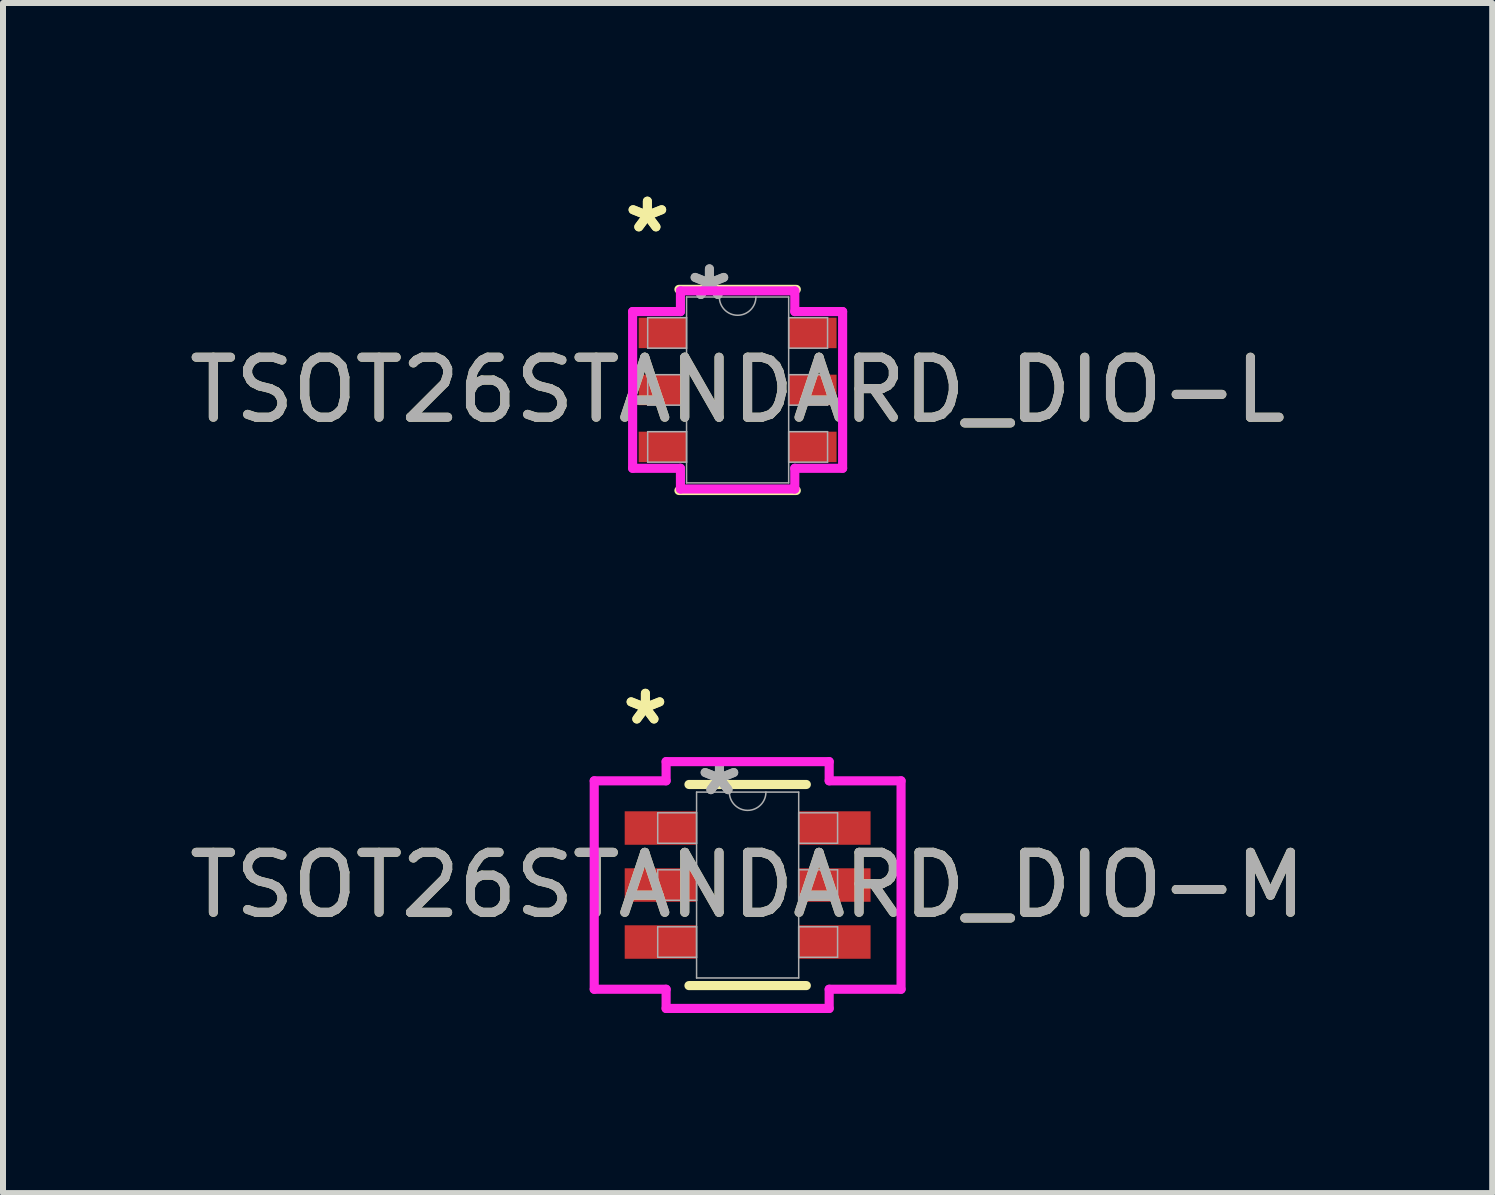
<source format=kicad_pcb>
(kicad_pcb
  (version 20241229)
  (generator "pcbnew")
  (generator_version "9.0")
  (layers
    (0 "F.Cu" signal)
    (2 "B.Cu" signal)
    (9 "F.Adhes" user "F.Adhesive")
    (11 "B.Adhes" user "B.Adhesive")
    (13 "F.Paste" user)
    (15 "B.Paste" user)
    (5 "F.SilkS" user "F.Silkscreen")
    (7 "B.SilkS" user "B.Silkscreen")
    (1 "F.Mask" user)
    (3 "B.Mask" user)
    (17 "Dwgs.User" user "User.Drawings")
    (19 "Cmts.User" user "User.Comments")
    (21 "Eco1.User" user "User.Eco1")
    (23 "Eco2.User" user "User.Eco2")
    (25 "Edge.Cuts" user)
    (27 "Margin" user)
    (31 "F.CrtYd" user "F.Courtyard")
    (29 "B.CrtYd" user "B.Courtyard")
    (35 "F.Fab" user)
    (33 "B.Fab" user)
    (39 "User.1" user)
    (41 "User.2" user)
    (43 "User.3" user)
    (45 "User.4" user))
  (footprint "TSOT26STANDARD_DIO-L"
    (layer "F.Cu")
    (at 9.244 3.449)
    (property "Reference" "TSOT26STANDARD_DIO-L" (at 0 0 0) (unlocked yes) (layer "F.SilkS") (effects (font (size 1 1) (thickness 0.15))))
    (attr smd)
    (fp_line (start -0.978 1.676) (end 0.978 1.676) (stroke (width 0.152) (type solid)) (layer "F.SilkS"))
    (fp_line (start 0.978 -1.676) (end -0.978 -1.676) (stroke (width 0.152) (type solid)) (layer "F.SilkS"))
    (fp_line (start -1.75 -1.306) (end -0.953 -1.306) (stroke (width 0.152) (type solid)) (layer "F.CrtYd"))
    (fp_line (start -1.75 1.306) (end -1.75 -1.306) (stroke (width 0.152) (type solid)) (layer "F.CrtYd"))
    (fp_line (start -1.75 1.306) (end -0.953 1.306) (stroke (width 0.152) (type solid)) (layer "F.CrtYd"))
    (fp_line (start -0.953 -1.651) (end 0.953 -1.651) (stroke (width 0.152) (type solid)) (layer "F.CrtYd"))
    (fp_line (start -0.953 -1.306) (end -0.953 -1.651) (stroke (width 0.152) (type solid)) (layer "F.CrtYd"))
    (fp_line (start -0.953 1.651) (end -0.953 1.306) (stroke (width 0.152) (type solid)) (layer "F.CrtYd"))
    (fp_line (start 0.953 -1.651) (end 0.953 -1.306) (stroke (width 0.152) (type solid)) (layer "F.CrtYd"))
    (fp_line (start 0.953 1.306) (end 0.953 1.651) (stroke (width 0.152) (type solid)) (layer "F.CrtYd"))
    (fp_line (start 0.953 1.651) (end -0.953 1.651) (stroke (width 0.152) (type solid)) (layer "F.CrtYd"))
    (fp_line (start 1.75 -1.306) (end 0.953 -1.306) (stroke (width 0.152) (type solid)) (layer "F.CrtYd"))
    (fp_line (start 1.75 -1.306) (end 1.75 1.306) (stroke (width 0.152) (type solid)) (layer "F.CrtYd"))
    (fp_line (start 1.75 1.306) (end 0.953 1.306) (stroke (width 0.152) (type solid)) (layer "F.CrtYd"))
    (fp_line (start -1.499 -1.204) (end -1.499 -0.696) (stroke (width 0.025) (type solid)) (layer "F.Fab"))
    (fp_line (start -1.499 -0.696) (end -0.851 -0.696) (stroke (width 0.025) (type solid)) (layer "F.Fab"))
    (fp_line (start -1.499 -0.254) (end -1.499 0.254) (stroke (width 0.025) (type solid)) (layer "F.Fab"))
    (fp_line (start -1.499 0.254) (end -0.851 0.254) (stroke (width 0.025) (type solid)) (layer "F.Fab"))
    (fp_line (start -1.499 0.696) (end -1.499 1.204) (stroke (width 0.025) (type solid)) (layer "F.Fab"))
    (fp_line (start -1.499 1.204) (end -0.851 1.204) (stroke (width 0.025) (type solid)) (layer "F.Fab"))
    (fp_line (start -0.851 -1.549) (end -0.851 1.549) (stroke (width 0.025) (type solid)) (layer "F.Fab"))
    (fp_line (start -0.851 -1.204) (end -1.499 -1.204) (stroke (width 0.025) (type solid)) (layer "F.Fab"))
    (fp_line (start -0.851 -0.696) (end -0.851 -1.204) (stroke (width 0.025) (type solid)) (layer "F.Fab"))
    (fp_line (start -0.851 -0.254) (end -1.499 -0.254) (stroke (width 0.025) (type solid)) (layer "F.Fab"))
    (fp_line (start -0.851 0.254) (end -0.851 -0.254) (stroke (width 0.025) (type solid)) (layer "F.Fab"))
    (fp_line (start -0.851 0.696) (end -1.499 0.696) (stroke (width 0.025) (type solid)) (layer "F.Fab"))
    (fp_line (start -0.851 1.204) (end -0.851 0.696) (stroke (width 0.025) (type solid)) (layer "F.Fab"))
    (fp_line (start -0.851 1.549) (end 0.851 1.549) (stroke (width 0.025) (type solid)) (layer "F.Fab"))
    (fp_line (start 0.851 -1.549) (end -0.851 -1.549) (stroke (width 0.025) (type solid)) (layer "F.Fab"))
    (fp_line (start 0.851 -1.204) (end 0.851 -0.696) (stroke (width 0.025) (type solid)) (layer "F.Fab"))
    (fp_line (start 0.851 -0.696) (end 1.499 -0.696) (stroke (width 0.025) (type solid)) (layer "F.Fab"))
    (fp_line (start 0.851 -0.254) (end 0.851 0.254) (stroke (width 0.025) (type solid)) (layer "F.Fab"))
    (fp_line (start 0.851 0.254) (end 1.499 0.254) (stroke (width 0.025) (type solid)) (layer "F.Fab"))
    (fp_line (start 0.851 0.696) (end 0.851 1.204) (stroke (width 0.025) (type solid)) (layer "F.Fab"))
    (fp_line (start 0.851 1.204) (end 1.499 1.204) (stroke (width 0.025) (type solid)) (layer "F.Fab"))
    (fp_line (start 0.851 1.549) (end 0.851 -1.549) (stroke (width 0.025) (type solid)) (layer "F.Fab"))
    (fp_line (start 1.499 -1.204) (end 0.851 -1.204) (stroke (width 0.025) (type solid)) (layer "F.Fab"))
    (fp_line (start 1.499 -0.696) (end 1.499 -1.204) (stroke (width 0.025) (type solid)) (layer "F.Fab"))
    (fp_line (start 1.499 -0.254) (end 0.851 -0.254) (stroke (width 0.025) (type solid)) (layer "F.Fab"))
    (fp_line (start 1.499 0.254) (end 1.499 -0.254) (stroke (width 0.025) (type solid)) (layer "F.Fab"))
    (fp_line (start 1.499 0.696) (end 0.851 0.696) (stroke (width 0.025) (type solid)) (layer "F.Fab"))
    (fp_line (start 1.499 1.204) (end 1.499 0.696) (stroke (width 0.025) (type solid)) (layer "F.Fab"))
    (fp_arc (start 0.3048 -1.5494) (mid 0 -1.2446) (end -0.3048 -1.5494) (stroke (width 0.0254) (type solid)) (layer "F.Fab"))
    (fp_text user "*" (at -1.504 -2.601 0) (layer "F.SilkS") (effects (font (size 1 1) (thickness 0.15))))
    (fp_text user "*" (at -1.504 -2.601 0) (unlocked yes) (layer "F.SilkS") (effects (font (size 1 1) (thickness 0.15))))
    (fp_text user "*" (at -0.47 -1.473 0) (unlocked yes) (layer "F.Fab") (effects (font (size 1 1) (thickness 0.15))))
    (fp_text user "*" (at -0.47 -1.473 0) (layer "F.Fab") (effects (font (size 1 1) (thickness 0.15))))
    (fp_text user "${REFERENCE}" (at 0 0 0) (unlocked yes) (layer "F.Fab") (effects (font (size 1 1) (thickness 0.15))))
    (pad "1" smd rect (at -1.25 -0.95) (size 0.798 0.508) (layers "F.Cu" "F.Mask" "F.Paste"))
    (pad "2" smd rect (at -1.25 0) (size 0.798 0.508) (layers "F.Cu" "F.Mask" "F.Paste"))
    (pad "3" smd rect (at -1.25 0.95) (size 0.798 0.508) (layers "F.Cu" "F.Mask" "F.Paste"))
    (pad "4" smd rect (at 1.25 0.95) (size 0.798 0.508) (layers "F.Cu" "F.Mask" "F.Paste"))
    (pad "5" smd rect (at 1.25 0) (size 0.798 0.508) (layers "F.Cu" "F.Mask" "F.Paste"))
    (pad "6" smd rect (at 1.25 -0.95) (size 0.798 0.508) (layers "F.Cu" "F.Mask" "F.Paste")))
  (footprint "TSOT26STANDARD_DIO-M"
    (layer "F.Cu")
    (at 9.411 11.701)
    (property "Reference" "TSOT26STANDARD_DIO-M" (at 0 0 0) (unlocked yes) (layer "F.SilkS") (effects (font (size 1 1) (thickness 0.15))))
    (attr smd)
    (fp_line (start -0.978 1.676) (end 0.978 1.676) (stroke (width 0.152) (type solid)) (layer "F.SilkS"))
    (fp_line (start 0.978 -1.676) (end -0.978 -1.676) (stroke (width 0.152) (type solid)) (layer "F.SilkS"))
    (fp_line (start -2.557 -1.737) (end -1.359 -1.737) (stroke (width 0.152) (type solid)) (layer "F.CrtYd"))
    (fp_line (start -2.557 1.737) (end -2.557 -1.737) (stroke (width 0.152) (type solid)) (layer "F.CrtYd"))
    (fp_line (start -2.557 1.737) (end -1.359 1.737) (stroke (width 0.152) (type solid)) (layer "F.CrtYd"))
    (fp_line (start -1.359 -2.057) (end 1.359 -2.057) (stroke (width 0.152) (type solid)) (layer "F.CrtYd"))
    (fp_line (start -1.359 -1.737) (end -1.359 -2.057) (stroke (width 0.152) (type solid)) (layer "F.CrtYd"))
    (fp_line (start -1.359 2.057) (end -1.359 1.737) (stroke (width 0.152) (type solid)) (layer "F.CrtYd"))
    (fp_line (start 1.359 -2.057) (end 1.359 -1.737) (stroke (width 0.152) (type solid)) (layer "F.CrtYd"))
    (fp_line (start 1.359 1.737) (end 1.359 2.057) (stroke (width 0.152) (type solid)) (layer "F.CrtYd"))
    (fp_line (start 1.359 2.057) (end -1.359 2.057) (stroke (width 0.152) (type solid)) (layer "F.CrtYd"))
    (fp_line (start 2.557 -1.737) (end 1.359 -1.737) (stroke (width 0.152) (type solid)) (layer "F.CrtYd"))
    (fp_line (start 2.557 -1.737) (end 2.557 1.737) (stroke (width 0.152) (type solid)) (layer "F.CrtYd"))
    (fp_line (start 2.557 1.737) (end 1.359 1.737) (stroke (width 0.152) (type solid)) (layer "F.CrtYd"))
    (fp_line (start -1.499 -1.204) (end -1.499 -0.696) (stroke (width 0.025) (type solid)) (layer "F.Fab"))
    (fp_line (start -1.499 -0.696) (end -0.851 -0.696) (stroke (width 0.025) (type solid)) (layer "F.Fab"))
    (fp_line (start -1.499 -0.254) (end -1.499 0.254) (stroke (width 0.025) (type solid)) (layer "F.Fab"))
    (fp_line (start -1.499 0.254) (end -0.851 0.254) (stroke (width 0.025) (type solid)) (layer "F.Fab"))
    (fp_line (start -1.499 0.696) (end -1.499 1.204) (stroke (width 0.025) (type solid)) (layer "F.Fab"))
    (fp_line (start -1.499 1.204) (end -0.851 1.204) (stroke (width 0.025) (type solid)) (layer "F.Fab"))
    (fp_line (start -0.851 -1.549) (end -0.851 1.549) (stroke (width 0.025) (type solid)) (layer "F.Fab"))
    (fp_line (start -0.851 -1.204) (end -1.499 -1.204) (stroke (width 0.025) (type solid)) (layer "F.Fab"))
    (fp_line (start -0.851 -0.696) (end -0.851 -1.204) (stroke (width 0.025) (type solid)) (layer "F.Fab"))
    (fp_line (start -0.851 -0.254) (end -1.499 -0.254) (stroke (width 0.025) (type solid)) (layer "F.Fab"))
    (fp_line (start -0.851 0.254) (end -0.851 -0.254) (stroke (width 0.025) (type solid)) (layer "F.Fab"))
    (fp_line (start -0.851 0.696) (end -1.499 0.696) (stroke (width 0.025) (type solid)) (layer "F.Fab"))
    (fp_line (start -0.851 1.204) (end -0.851 0.696) (stroke (width 0.025) (type solid)) (layer "F.Fab"))
    (fp_line (start -0.851 1.549) (end 0.851 1.549) (stroke (width 0.025) (type solid)) (layer "F.Fab"))
    (fp_line (start 0.851 -1.549) (end -0.851 -1.549) (stroke (width 0.025) (type solid)) (layer "F.Fab"))
    (fp_line (start 0.851 -1.204) (end 0.851 -0.696) (stroke (width 0.025) (type solid)) (layer "F.Fab"))
    (fp_line (start 0.851 -0.696) (end 1.499 -0.696) (stroke (width 0.025) (type solid)) (layer "F.Fab"))
    (fp_line (start 0.851 -0.254) (end 0.851 0.254) (stroke (width 0.025) (type solid)) (layer "F.Fab"))
    (fp_line (start 0.851 0.254) (end 1.499 0.254) (stroke (width 0.025) (type solid)) (layer "F.Fab"))
    (fp_line (start 0.851 0.696) (end 0.851 1.204) (stroke (width 0.025) (type solid)) (layer "F.Fab"))
    (fp_line (start 0.851 1.204) (end 1.499 1.204) (stroke (width 0.025) (type solid)) (layer "F.Fab"))
    (fp_line (start 0.851 1.549) (end 0.851 -1.549) (stroke (width 0.025) (type solid)) (layer "F.Fab"))
    (fp_line (start 1.499 -1.204) (end 0.851 -1.204) (stroke (width 0.025) (type solid)) (layer "F.Fab"))
    (fp_line (start 1.499 -0.696) (end 1.499 -1.204) (stroke (width 0.025) (type solid)) (layer "F.Fab"))
    (fp_line (start 1.499 -0.254) (end 0.851 -0.254) (stroke (width 0.025) (type solid)) (layer "F.Fab"))
    (fp_line (start 1.499 0.254) (end 1.499 -0.254) (stroke (width 0.025) (type solid)) (layer "F.Fab"))
    (fp_line (start 1.499 0.696) (end 0.851 0.696) (stroke (width 0.025) (type solid)) (layer "F.Fab"))
    (fp_line (start 1.499 1.204) (end 1.499 0.696) (stroke (width 0.025) (type solid)) (layer "F.Fab"))
    (fp_arc (start 0.3048 -1.5494) (mid 0 -1.2446) (end -0.3048 -1.5494) (stroke (width 0.0254) (type solid)) (layer "F.Fab"))
    (fp_text user "*" (at -1.704 -2.651 0) (layer "F.SilkS") (effects (font (size 1 1) (thickness 0.15))))
    (fp_text user "*" (at -1.704 -2.651 0) (unlocked yes) (layer "F.SilkS") (effects (font (size 1 1) (thickness 0.15))))
    (fp_text user "*" (at -0.47 -1.473 0) (unlocked yes) (layer "F.Fab") (effects (font (size 1 1) (thickness 0.15))))
    (fp_text user "*" (at -0.47 -1.473 0) (layer "F.Fab") (effects (font (size 1 1) (thickness 0.15))))
    (fp_text user "${REFERENCE}" (at 0 0 0) (unlocked yes) (layer "F.Fab") (effects (font (size 1 1) (thickness 0.15))))
    (pad "1" smd rect (at -1.45 -0.95) (size 1.198 0.558) (layers "F.Cu" "F.Mask" "F.Paste"))
    (pad "2" smd rect (at -1.45 0) (size 1.198 0.558) (layers "F.Cu" "F.Mask" "F.Paste"))
    (pad "3" smd rect (at -1.45 0.95) (size 1.198 0.558) (layers "F.Cu" "F.Mask" "F.Paste"))
    (pad "4" smd rect (at 1.45 0.95) (size 1.198 0.558) (layers "F.Cu" "F.Mask" "F.Paste"))
    (pad "5" smd rect (at 1.45 0) (size 1.198 0.558) (layers "F.Cu" "F.Mask" "F.Paste"))
    (pad "6" smd rect (at 1.45 -0.95) (size 1.198 0.558) (layers "F.Cu" "F.Mask" "F.Paste")))
  (gr_rect
    (start -3 -3)
    (end 21.821 16.835)
    (stroke (width 0.1) (type default))
    (fill no)
    (layer "Edge.Cuts")))
</source>
